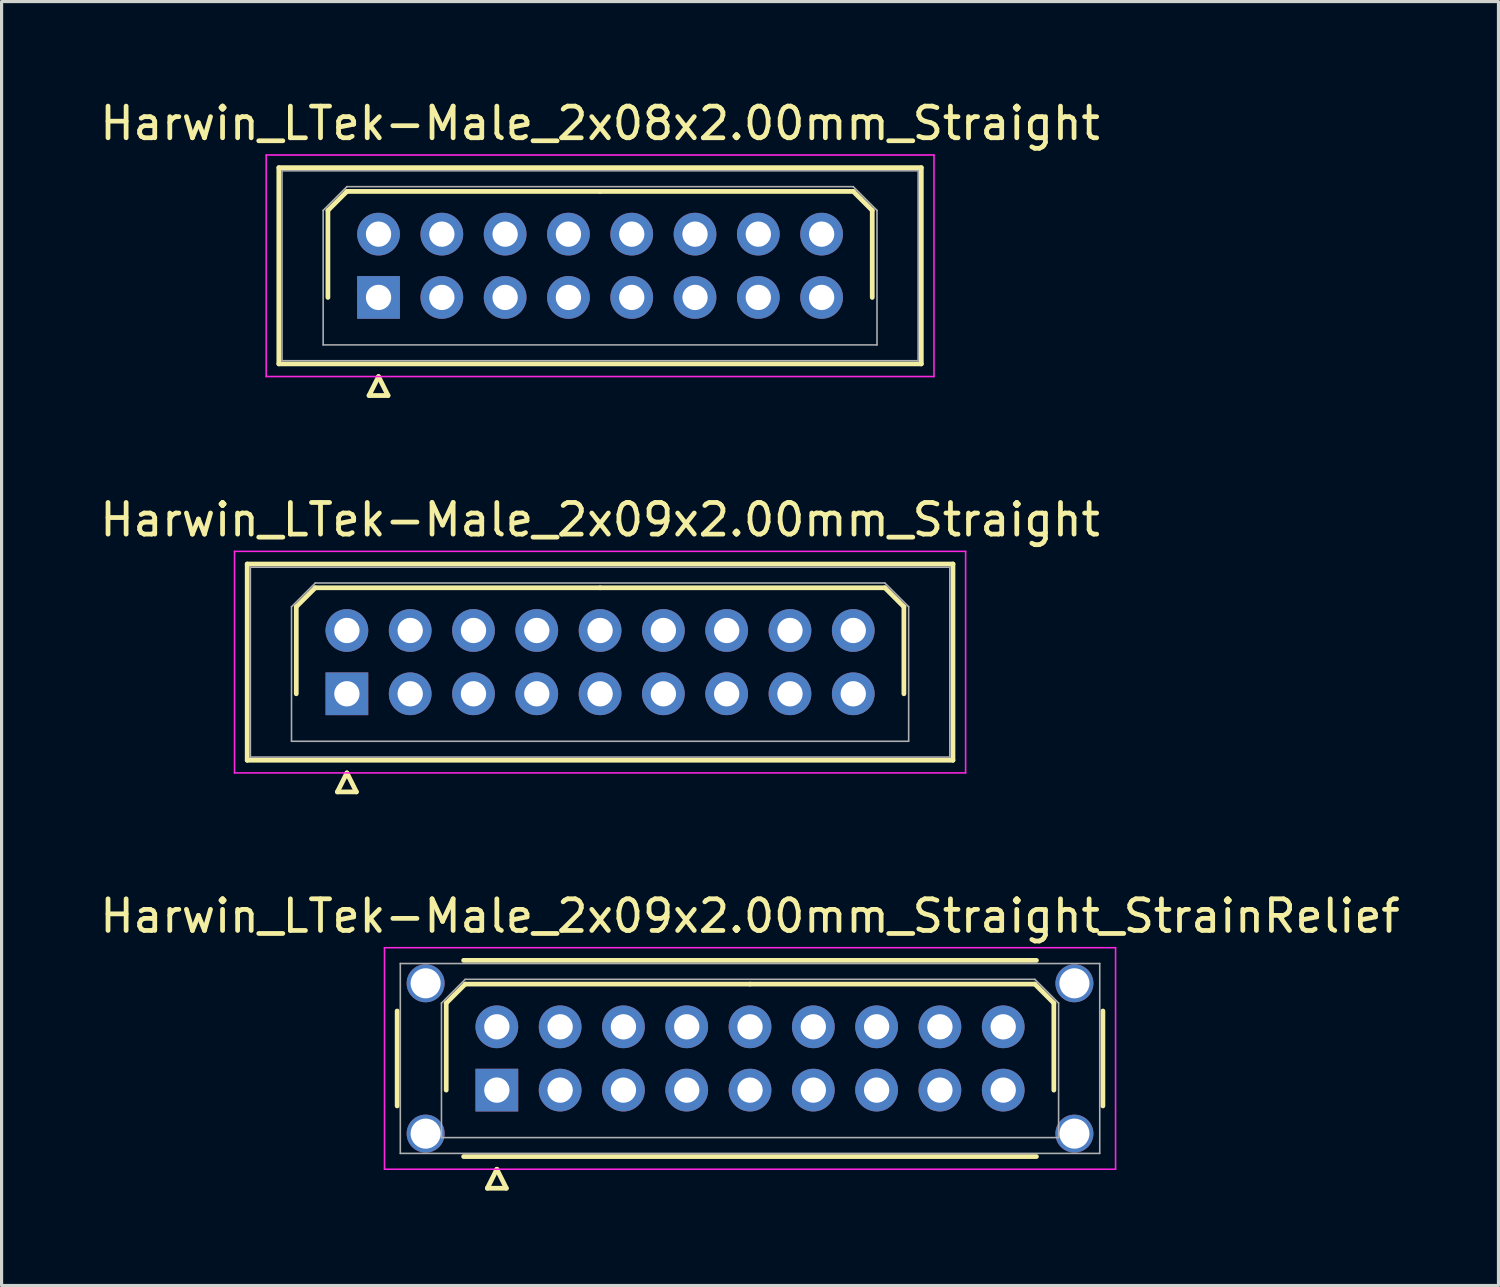
<source format=kicad_pcb>
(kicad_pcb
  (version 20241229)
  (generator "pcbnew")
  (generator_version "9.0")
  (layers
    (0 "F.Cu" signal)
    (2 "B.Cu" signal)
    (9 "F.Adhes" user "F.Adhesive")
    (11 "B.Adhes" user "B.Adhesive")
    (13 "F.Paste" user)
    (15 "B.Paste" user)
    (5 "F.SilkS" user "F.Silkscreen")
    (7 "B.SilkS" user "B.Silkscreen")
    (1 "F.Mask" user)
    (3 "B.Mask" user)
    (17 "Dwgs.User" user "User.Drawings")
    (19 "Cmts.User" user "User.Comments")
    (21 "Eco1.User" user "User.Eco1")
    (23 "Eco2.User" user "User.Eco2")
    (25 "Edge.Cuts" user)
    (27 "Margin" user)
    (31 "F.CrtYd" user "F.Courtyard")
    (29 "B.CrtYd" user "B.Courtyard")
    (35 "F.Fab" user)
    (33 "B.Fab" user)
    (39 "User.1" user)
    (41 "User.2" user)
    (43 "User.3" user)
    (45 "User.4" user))
  (footprint "Harwin_LTek-Male_2x09x2.00mm_Straight_StrainRelief"
    (layer "F.Cu")
    (at 12.649 31.395)
    (property "Reference" "Harwin_LTek-Male_2x09x2.00mm_Straight_StrainRelief" (at 8 -5.5 0) (layer "F.SilkS") (effects (font (size 1 1) (thickness 0.15))))
    (attr through_hole)
    (fp_line (start -3.15 -2.5) (end -3.15 0.5) (stroke (width 0.15) (type solid)) (layer "F.SilkS"))
    (fp_line (start -1.6 -2.75) (end -1 -3.35) (stroke (width 0.15) (type solid)) (layer "F.SilkS"))
    (fp_line (start -1.6 0) (end -1.6 -2.75) (stroke (width 0.15) (type solid)) (layer "F.SilkS"))
    (fp_line (start -1.05 -4.1) (end 17.05 -4.1) (stroke (width 0.15) (type solid)) (layer "F.SilkS"))
    (fp_line (start -1.05 2.1) (end 17.05 2.1) (stroke (width 0.15) (type solid)) (layer "F.SilkS"))
    (fp_line (start -1 -3.35) (end 8 -3.35) (stroke (width 0.15) (type solid)) (layer "F.SilkS"))
    (fp_line (start -0.3 3.1) (end 0.3 3.1) (stroke (width 0.15) (type solid)) (layer "F.SilkS"))
    (fp_line (start 0 2.5) (end -0.3 3.1) (stroke (width 0.15) (type solid)) (layer "F.SilkS"))
    (fp_line (start 0.3 3.1) (end 0 2.5) (stroke (width 0.15) (type solid)) (layer "F.SilkS"))
    (fp_line (start 17 -3.35) (end 8 -3.35) (stroke (width 0.15) (type solid)) (layer "F.SilkS"))
    (fp_line (start 17.6 -2.75) (end 17 -3.35) (stroke (width 0.15) (type solid)) (layer "F.SilkS"))
    (fp_line (start 17.6 0) (end 17.6 -2.75) (stroke (width 0.15) (type solid)) (layer "F.SilkS"))
    (fp_line (start 19.15 -2.5) (end 19.15 0.5) (stroke (width 0.15) (type solid)) (layer "F.SilkS"))
    (fp_line (start -3.55 -4.5) (end -3.55 2.5) (stroke (width 0.05) (type solid)) (layer "F.CrtYd"))
    (fp_line (start -3.55 2.5) (end 19.55 2.5) (stroke (width 0.05) (type solid)) (layer "F.CrtYd"))
    (fp_line (start 19.55 -4.5) (end -3.55 -4.5) (stroke (width 0.05) (type solid)) (layer "F.CrtYd"))
    (fp_line (start 19.55 2.5) (end 19.55 -4.5) (stroke (width 0.05) (type solid)) (layer "F.CrtYd"))
    (fp_line (start -3.05 -4) (end -3.05 2) (stroke (width 0.05) (type solid)) (layer "F.Fab"))
    (fp_line (start -3.05 2) (end 19.05 2) (stroke (width 0.05) (type solid)) (layer "F.Fab"))
    (fp_line (start -1.75 -2.75) (end -1 -3.5) (stroke (width 0.05) (type solid)) (layer "F.Fab"))
    (fp_line (start -1.75 1.5) (end -1.75 -2.75) (stroke (width 0.05) (type solid)) (layer "F.Fab"))
    (fp_line (start -1 -3.5) (end 17 -3.5) (stroke (width 0.05) (type solid)) (layer "F.Fab"))
    (fp_line (start 17 -3.5) (end 17.75 -2.75) (stroke (width 0.05) (type solid)) (layer "F.Fab"))
    (fp_line (start 17.75 -2.75) (end 17.75 1.5) (stroke (width 0.05) (type solid)) (layer "F.Fab"))
    (fp_line (start 17.75 1.5) (end -1.75 1.5) (stroke (width 0.05) (type solid)) (layer "F.Fab"))
    (fp_line (start 19.05 -4) (end -3.05 -4) (stroke (width 0.05) (type solid)) (layer "F.Fab"))
    (fp_line (start 19.05 2) (end 19.05 -4) (stroke (width 0.05) (type solid)) (layer "F.Fab"))
    (pad "" thru_hole circle (at -2.25 -3.375) (size 1.2 1.2) (drill 0.95) (layers "*.Cu" "*.Mask"))
    (pad "" thru_hole circle (at -2.25 1.375) (size 1.2 1.2) (drill 0.95) (layers "*.Cu" "*.Mask"))
    (pad "" thru_hole circle (at 18.25 -3.375) (size 1.2 1.2) (drill 0.95) (layers "*.Cu" "*.Mask"))
    (pad "" thru_hole circle (at 18.25 1.375) (size 1.2 1.2) (drill 0.95) (layers "*.Cu" "*.Mask"))
    (pad "1" thru_hole rect (at 0 0) (size 1.35 1.35) (drill 0.8) (layers "*.Cu" "*.Mask"))
    (pad "2" thru_hole circle (at 0 -2) (size 1.35 1.35) (drill 0.8) (layers "*.Cu" "*.Mask"))
    (pad "3" thru_hole circle (at 2 0) (size 1.35 1.35) (drill 0.8) (layers "*.Cu" "*.Mask"))
    (pad "4" thru_hole circle (at 2 -2) (size 1.35 1.35) (drill 0.8) (layers "*.Cu" "*.Mask"))
    (pad "5" thru_hole circle (at 4 0) (size 1.35 1.35) (drill 0.8) (layers "*.Cu" "*.Mask"))
    (pad "6" thru_hole circle (at 4 -2) (size 1.35 1.35) (drill 0.8) (layers "*.Cu" "*.Mask"))
    (pad "7" thru_hole circle (at 6 0) (size 1.35 1.35) (drill 0.8) (layers "*.Cu" "*.Mask"))
    (pad "8" thru_hole circle (at 6 -2) (size 1.35 1.35) (drill 0.8) (layers "*.Cu" "*.Mask"))
    (pad "9" thru_hole circle (at 8 0) (size 1.35 1.35) (drill 0.8) (layers "*.Cu" "*.Mask"))
    (pad "10" thru_hole circle (at 8 -2) (size 1.35 1.35) (drill 0.8) (layers "*.Cu" "*.Mask"))
    (pad "11" thru_hole circle (at 10 0) (size 1.35 1.35) (drill 0.8) (layers "*.Cu" "*.Mask"))
    (pad "12" thru_hole circle (at 10 -2) (size 1.35 1.35) (drill 0.8) (layers "*.Cu" "*.Mask"))
    (pad "13" thru_hole circle (at 12 0) (size 1.35 1.35) (drill 0.8) (layers "*.Cu" "*.Mask"))
    (pad "14" thru_hole circle (at 12 -2) (size 1.35 1.35) (drill 0.8) (layers "*.Cu" "*.Mask"))
    (pad "15" thru_hole circle (at 14 0) (size 1.35 1.35) (drill 0.8) (layers "*.Cu" "*.Mask"))
    (pad "16" thru_hole circle (at 14 -2) (size 1.35 1.35) (drill 0.8) (layers "*.Cu" "*.Mask"))
    (pad "17" thru_hole circle (at 16 0) (size 1.35 1.35) (drill 0.8) (layers "*.Cu" "*.Mask"))
    (pad "18" thru_hole circle (at 16 -2) (size 1.35 1.35) (drill 0.8) (layers "*.Cu" "*.Mask")))
  (footprint "Harwin_LTek-Male_2x09x2.00mm_Straight"
    (layer "F.Cu")
    (at 7.911 18.872)
    (property "Reference" "Harwin_LTek-Male_2x09x2.00mm_Straight" (at 8 -5.5 0) (layer "F.SilkS") (effects (font (size 1 1) (thickness 0.15))))
    (attr through_hole)
    (fp_line (start -3.15 -4.1) (end -3.15 2.1) (stroke (width 0.15) (type solid)) (layer "F.SilkS"))
    (fp_line (start -3.15 2.1) (end 19.15 2.1) (stroke (width 0.15) (type solid)) (layer "F.SilkS"))
    (fp_line (start -1.6 -2.75) (end -1 -3.35) (stroke (width 0.15) (type solid)) (layer "F.SilkS"))
    (fp_line (start -1.6 0) (end -1.6 -2.75) (stroke (width 0.15) (type solid)) (layer "F.SilkS"))
    (fp_line (start -1 -3.35) (end 8 -3.35) (stroke (width 0.15) (type solid)) (layer "F.SilkS"))
    (fp_line (start -0.3 3.1) (end 0.3 3.1) (stroke (width 0.15) (type solid)) (layer "F.SilkS"))
    (fp_line (start 0 2.5) (end -0.3 3.1) (stroke (width 0.15) (type solid)) (layer "F.SilkS"))
    (fp_line (start 0.3 3.1) (end 0 2.5) (stroke (width 0.15) (type solid)) (layer "F.SilkS"))
    (fp_line (start 17 -3.35) (end 8 -3.35) (stroke (width 0.15) (type solid)) (layer "F.SilkS"))
    (fp_line (start 17.6 -2.75) (end 17 -3.35) (stroke (width 0.15) (type solid)) (layer "F.SilkS"))
    (fp_line (start 17.6 0) (end 17.6 -2.75) (stroke (width 0.15) (type solid)) (layer "F.SilkS"))
    (fp_line (start 19.15 -4.1) (end -3.15 -4.1) (stroke (width 0.15) (type solid)) (layer "F.SilkS"))
    (fp_line (start 19.15 2.1) (end 19.15 -4.1) (stroke (width 0.15) (type solid)) (layer "F.SilkS"))
    (fp_line (start -3.55 -4.5) (end -3.55 2.5) (stroke (width 0.05) (type solid)) (layer "F.CrtYd"))
    (fp_line (start -3.55 2.5) (end 19.55 2.5) (stroke (width 0.05) (type solid)) (layer "F.CrtYd"))
    (fp_line (start 19.55 -4.5) (end -3.55 -4.5) (stroke (width 0.05) (type solid)) (layer "F.CrtYd"))
    (fp_line (start 19.55 2.5) (end 19.55 -4.5) (stroke (width 0.05) (type solid)) (layer "F.CrtYd"))
    (fp_line (start -3.05 -4) (end -3.05 2) (stroke (width 0.05) (type solid)) (layer "F.Fab"))
    (fp_line (start -3.05 2) (end 19.05 2) (stroke (width 0.05) (type solid)) (layer "F.Fab"))
    (fp_line (start -1.75 -2.75) (end -1 -3.5) (stroke (width 0.05) (type solid)) (layer "F.Fab"))
    (fp_line (start -1.75 1.5) (end -1.75 -2.75) (stroke (width 0.05) (type solid)) (layer "F.Fab"))
    (fp_line (start -1 -3.5) (end 17 -3.5) (stroke (width 0.05) (type solid)) (layer "F.Fab"))
    (fp_line (start 17 -3.5) (end 17.75 -2.75) (stroke (width 0.05) (type solid)) (layer "F.Fab"))
    (fp_line (start 17.75 -2.75) (end 17.75 1.5) (stroke (width 0.05) (type solid)) (layer "F.Fab"))
    (fp_line (start 17.75 1.5) (end -1.75 1.5) (stroke (width 0.05) (type solid)) (layer "F.Fab"))
    (fp_line (start 19.05 -4) (end -3.05 -4) (stroke (width 0.05) (type solid)) (layer "F.Fab"))
    (fp_line (start 19.05 2) (end 19.05 -4) (stroke (width 0.05) (type solid)) (layer "F.Fab"))
    (pad "1" thru_hole rect (at 0 0) (size 1.35 1.35) (drill 0.8) (layers "*.Cu" "*.Mask"))
    (pad "2" thru_hole circle (at 0 -2) (size 1.35 1.35) (drill 0.8) (layers "*.Cu" "*.Mask"))
    (pad "3" thru_hole circle (at 2 0) (size 1.35 1.35) (drill 0.8) (layers "*.Cu" "*.Mask"))
    (pad "4" thru_hole circle (at 2 -2) (size 1.35 1.35) (drill 0.8) (layers "*.Cu" "*.Mask"))
    (pad "5" thru_hole circle (at 4 0) (size 1.35 1.35) (drill 0.8) (layers "*.Cu" "*.Mask"))
    (pad "6" thru_hole circle (at 4 -2) (size 1.35 1.35) (drill 0.8) (layers "*.Cu" "*.Mask"))
    (pad "7" thru_hole circle (at 6 0) (size 1.35 1.35) (drill 0.8) (layers "*.Cu" "*.Mask"))
    (pad "8" thru_hole circle (at 6 -2) (size 1.35 1.35) (drill 0.8) (layers "*.Cu" "*.Mask"))
    (pad "9" thru_hole circle (at 8 0) (size 1.35 1.35) (drill 0.8) (layers "*.Cu" "*.Mask"))
    (pad "10" thru_hole circle (at 8 -2) (size 1.35 1.35) (drill 0.8) (layers "*.Cu" "*.Mask"))
    (pad "11" thru_hole circle (at 10 0) (size 1.35 1.35) (drill 0.8) (layers "*.Cu" "*.Mask"))
    (pad "12" thru_hole circle (at 10 -2) (size 1.35 1.35) (drill 0.8) (layers "*.Cu" "*.Mask"))
    (pad "13" thru_hole circle (at 12 0) (size 1.35 1.35) (drill 0.8) (layers "*.Cu" "*.Mask"))
    (pad "14" thru_hole circle (at 12 -2) (size 1.35 1.35) (drill 0.8) (layers "*.Cu" "*.Mask"))
    (pad "15" thru_hole circle (at 14 0) (size 1.35 1.35) (drill 0.8) (layers "*.Cu" "*.Mask"))
    (pad "16" thru_hole circle (at 14 -2) (size 1.35 1.35) (drill 0.8) (layers "*.Cu" "*.Mask"))
    (pad "17" thru_hole circle (at 16 0) (size 1.35 1.35) (drill 0.8) (layers "*.Cu" "*.Mask"))
    (pad "18" thru_hole circle (at 16 -2) (size 1.35 1.35) (drill 0.8) (layers "*.Cu" "*.Mask")))
  (footprint "Harwin_LTek-Male_2x08x2.00mm_Straight"
    (layer "F.Cu")
    (at 8.911 6.348)
    (property "Reference" "Harwin_LTek-Male_2x08x2.00mm_Straight" (at 7 -5.5 0) (layer "F.SilkS") (effects (font (size 1 1) (thickness 0.15))))
    (attr through_hole)
    (fp_line (start -3.15 -4.1) (end -3.15 2.1) (stroke (width 0.15) (type solid)) (layer "F.SilkS"))
    (fp_line (start -3.15 2.1) (end 17.15 2.1) (stroke (width 0.15) (type solid)) (layer "F.SilkS"))
    (fp_line (start -1.6 -2.75) (end -1 -3.35) (stroke (width 0.15) (type solid)) (layer "F.SilkS"))
    (fp_line (start -1.6 0) (end -1.6 -2.75) (stroke (width 0.15) (type solid)) (layer "F.SilkS"))
    (fp_line (start -1 -3.35) (end 7 -3.35) (stroke (width 0.15) (type solid)) (layer "F.SilkS"))
    (fp_line (start -0.3 3.1) (end 0.3 3.1) (stroke (width 0.15) (type solid)) (layer "F.SilkS"))
    (fp_line (start 0 2.5) (end -0.3 3.1) (stroke (width 0.15) (type solid)) (layer "F.SilkS"))
    (fp_line (start 0.3 3.1) (end 0 2.5) (stroke (width 0.15) (type solid)) (layer "F.SilkS"))
    (fp_line (start 15 -3.35) (end 7 -3.35) (stroke (width 0.15) (type solid)) (layer "F.SilkS"))
    (fp_line (start 15.6 -2.75) (end 15 -3.35) (stroke (width 0.15) (type solid)) (layer "F.SilkS"))
    (fp_line (start 15.6 0) (end 15.6 -2.75) (stroke (width 0.15) (type solid)) (layer "F.SilkS"))
    (fp_line (start 17.15 -4.1) (end -3.15 -4.1) (stroke (width 0.15) (type solid)) (layer "F.SilkS"))
    (fp_line (start 17.15 2.1) (end 17.15 -4.1) (stroke (width 0.15) (type solid)) (layer "F.SilkS"))
    (fp_line (start -3.55 -4.5) (end -3.55 2.5) (stroke (width 0.05) (type solid)) (layer "F.CrtYd"))
    (fp_line (start -3.55 2.5) (end 17.55 2.5) (stroke (width 0.05) (type solid)) (layer "F.CrtYd"))
    (fp_line (start 17.55 -4.5) (end -3.55 -4.5) (stroke (width 0.05) (type solid)) (layer "F.CrtYd"))
    (fp_line (start 17.55 2.5) (end 17.55 -4.5) (stroke (width 0.05) (type solid)) (layer "F.CrtYd"))
    (fp_line (start -3.05 -4) (end -3.05 2) (stroke (width 0.05) (type solid)) (layer "F.Fab"))
    (fp_line (start -3.05 2) (end 17.05 2) (stroke (width 0.05) (type solid)) (layer "F.Fab"))
    (fp_line (start -1.75 -2.75) (end -1 -3.5) (stroke (width 0.05) (type solid)) (layer "F.Fab"))
    (fp_line (start -1.75 1.5) (end -1.75 -2.75) (stroke (width 0.05) (type solid)) (layer "F.Fab"))
    (fp_line (start -1 -3.5) (end 15 -3.5) (stroke (width 0.05) (type solid)) (layer "F.Fab"))
    (fp_line (start 15 -3.5) (end 15.75 -2.75) (stroke (width 0.05) (type solid)) (layer "F.Fab"))
    (fp_line (start 15.75 -2.75) (end 15.75 1.5) (stroke (width 0.05) (type solid)) (layer "F.Fab"))
    (fp_line (start 15.75 1.5) (end -1.75 1.5) (stroke (width 0.05) (type solid)) (layer "F.Fab"))
    (fp_line (start 17.05 -4) (end -3.05 -4) (stroke (width 0.05) (type solid)) (layer "F.Fab"))
    (fp_line (start 17.05 2) (end 17.05 -4) (stroke (width 0.05) (type solid)) (layer "F.Fab"))
    (pad "1" thru_hole rect (at 0 0) (size 1.35 1.35) (drill 0.8) (layers "*.Cu" "*.Mask"))
    (pad "2" thru_hole circle (at 0 -2) (size 1.35 1.35) (drill 0.8) (layers "*.Cu" "*.Mask"))
    (pad "3" thru_hole circle (at 2 0) (size 1.35 1.35) (drill 0.8) (layers "*.Cu" "*.Mask"))
    (pad "4" thru_hole circle (at 2 -2) (size 1.35 1.35) (drill 0.8) (layers "*.Cu" "*.Mask"))
    (pad "5" thru_hole circle (at 4 0) (size 1.35 1.35) (drill 0.8) (layers "*.Cu" "*.Mask"))
    (pad "6" thru_hole circle (at 4 -2) (size 1.35 1.35) (drill 0.8) (layers "*.Cu" "*.Mask"))
    (pad "7" thru_hole circle (at 6 0) (size 1.35 1.35) (drill 0.8) (layers "*.Cu" "*.Mask"))
    (pad "8" thru_hole circle (at 6 -2) (size 1.35 1.35) (drill 0.8) (layers "*.Cu" "*.Mask"))
    (pad "9" thru_hole circle (at 8 0) (size 1.35 1.35) (drill 0.8) (layers "*.Cu" "*.Mask"))
    (pad "10" thru_hole circle (at 8 -2) (size 1.35 1.35) (drill 0.8) (layers "*.Cu" "*.Mask"))
    (pad "11" thru_hole circle (at 10 0) (size 1.35 1.35) (drill 0.8) (layers "*.Cu" "*.Mask"))
    (pad "12" thru_hole circle (at 10 -2) (size 1.35 1.35) (drill 0.8) (layers "*.Cu" "*.Mask"))
    (pad "13" thru_hole circle (at 12 0) (size 1.35 1.35) (drill 0.8) (layers "*.Cu" "*.Mask"))
    (pad "14" thru_hole circle (at 12 -2) (size 1.35 1.35) (drill 0.8) (layers "*.Cu" "*.Mask"))
    (pad "15" thru_hole circle (at 14 0) (size 1.35 1.35) (drill 0.8) (layers "*.Cu" "*.Mask"))
    (pad "16" thru_hole circle (at 14 -2) (size 1.35 1.35) (drill 0.8) (layers "*.Cu" "*.Mask")))
  (gr_rect
    (start -3 -3)
    (end 44.298 37.57)
    (stroke (width 0.1) (type default))
    (fill no)
    (layer "Edge.Cuts")))
</source>
